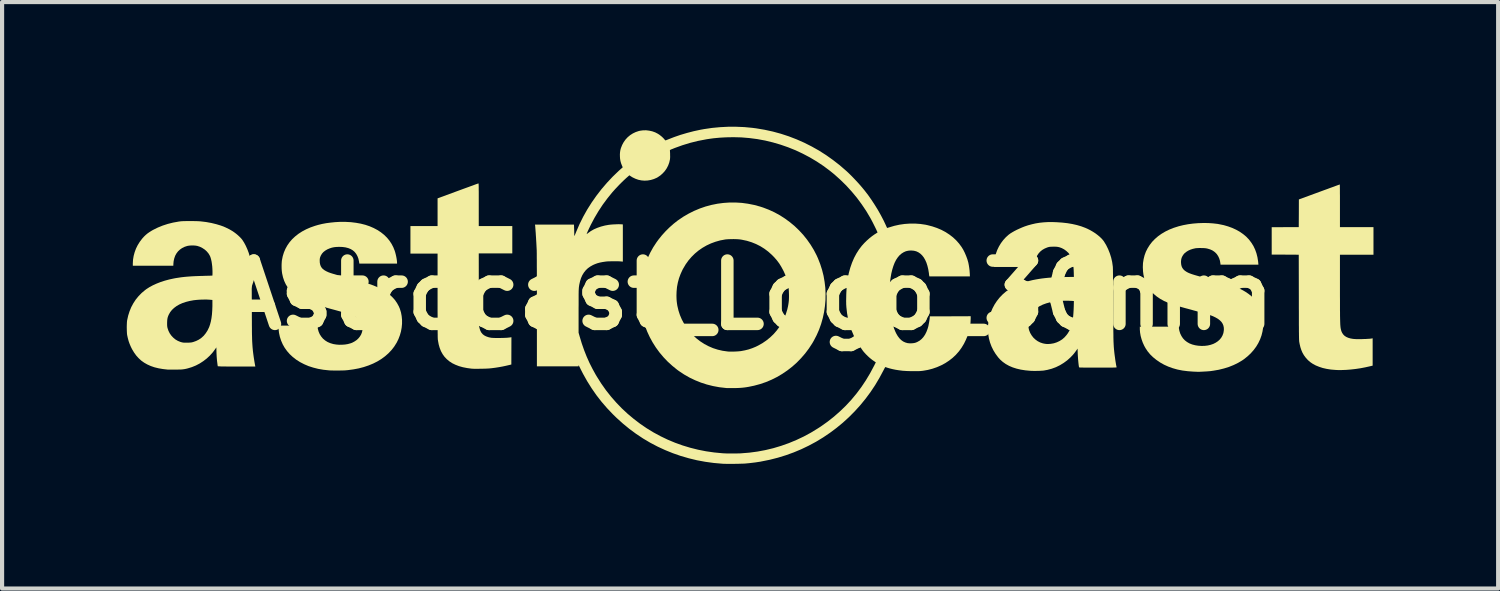
<source format=kicad_pcb>
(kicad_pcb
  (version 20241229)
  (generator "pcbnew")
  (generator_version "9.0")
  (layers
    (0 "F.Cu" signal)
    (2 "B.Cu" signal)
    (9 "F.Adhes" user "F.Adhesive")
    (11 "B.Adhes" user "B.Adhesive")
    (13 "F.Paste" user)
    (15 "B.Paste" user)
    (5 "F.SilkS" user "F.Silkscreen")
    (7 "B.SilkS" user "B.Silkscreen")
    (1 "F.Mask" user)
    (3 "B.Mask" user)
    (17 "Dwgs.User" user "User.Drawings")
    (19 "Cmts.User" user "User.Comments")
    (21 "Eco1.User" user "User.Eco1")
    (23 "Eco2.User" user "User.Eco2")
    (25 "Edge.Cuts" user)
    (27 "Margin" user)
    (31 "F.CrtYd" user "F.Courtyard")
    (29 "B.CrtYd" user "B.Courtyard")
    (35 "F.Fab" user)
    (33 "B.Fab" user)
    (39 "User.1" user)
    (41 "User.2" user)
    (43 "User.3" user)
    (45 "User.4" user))
  (footprint "Astrocast_Logo_30mm"
    (layer "F.Cu")
    (at 14.996 4.054)
    (property "Reference" "Astrocast_Logo_30mm" (at 0 0 0) (layer "F.SilkS") (effects (font (size 1.524 1.524) (thickness 0.3))))
    (attr board_only exclude_from_pos_files exclude_from_bom)
    (fp_poly (pts (xy -6.534 -2.69) (xy -6.533 -2.689) (xy -6.531 -2.686) (xy -6.53 -2.682) (xy -6.53 -2.674) (xy -6.529 -2.663) (xy -6.528 -2.648) (xy -6.528 -2.628) (xy -6.527 -2.604) (xy -6.527 -2.573) (xy -6.527 -2.537) (xy -6.526 -2.493) (xy -6.526 -2.442) (xy -6.526 -2.383) (xy -6.526 -2.316) (xy -6.526 -2.239) (xy -6.526 -2.178) (xy -6.526 -1.665) (xy -5.719 -1.665) (xy -5.719 -1.006) (xy -6.526 -1.006) (xy -6.525 -0.147) (xy -6.525 -0.031) (xy -6.524 0.075) (xy -6.524 0.172) (xy -6.524 0.259) (xy -6.523 0.338) (xy -6.523 0.409) (xy -6.523 0.471) (xy -6.522 0.527) (xy -6.522 0.575) (xy -6.521 0.616) (xy -6.521 0.652) (xy -6.52 0.681) (xy -6.519 0.705) (xy -6.519 0.723) (xy -6.518 0.737) (xy -6.517 0.747) (xy -6.517 0.75) (xy -6.503 0.809) (xy -6.486 0.859) (xy -6.462 0.902) (xy -6.432 0.937) (xy -6.395 0.966) (xy -6.351 0.989) (xy -6.298 1.008) (xy -6.261 1.017) (xy -6.244 1.02) (xy -6.229 1.023) (xy -6.213 1.025) (xy -6.196 1.026) (xy -6.175 1.027) (xy -6.148 1.028) (xy -6.116 1.029) (xy -6.075 1.029) (xy -6.054 1.029) (xy -5.975 1.028) (xy -5.906 1.026) (xy -5.845 1.023) (xy -5.794 1.018) (xy -5.756 1.013) (xy -5.74 1.01) (xy -5.742 1.667) (xy -5.788 1.678) (xy -5.865 1.696) (xy -5.948 1.714) (xy -6.036 1.73) (xy -6.124 1.744) (xy -6.209 1.755) (xy -6.248 1.759) (xy -6.276 1.762) (xy -6.311 1.764) (xy -6.353 1.766) (xy -6.398 1.767) (xy -6.446 1.769) (xy -6.495 1.769) (xy -6.543 1.77) (xy -6.588 1.77) (xy -6.628 1.77) (xy -6.663 1.769) (xy -6.689 1.767) (xy -6.697 1.767) (xy -6.807 1.752) (xy -6.909 1.732) (xy -7.002 1.706) (xy -7.087 1.673) (xy -7.165 1.635) (xy -7.234 1.59) (xy -7.296 1.538) (xy -7.35 1.481) (xy -7.396 1.417) (xy -7.435 1.346) (xy -7.466 1.268) (xy -7.49 1.184) (xy -7.507 1.093) (xy -7.512 1.056) (xy -7.512 1.044) (xy -7.513 1.022) (xy -7.514 0.989) (xy -7.514 0.947) (xy -7.515 0.895) (xy -7.515 0.833) (xy -7.516 0.762) (xy -7.516 0.68) (xy -7.516 0.59) (xy -7.516 0.49) (xy -7.517 0.38) (xy -7.517 0.261) (xy -7.517 0.133) (xy -7.517 0.003) (xy -7.517 -1.001) (xy -8.17 -1.001) (xy -8.17 -1.665) (xy -7.517 -1.665) (xy -7.517 -2.331) (xy -7.031 -2.51) (xy -6.963 -2.535) (xy -6.898 -2.559) (xy -6.837 -2.581) (xy -6.779 -2.602) (xy -6.725 -2.622) (xy -6.677 -2.639) (xy -6.635 -2.655) (xy -6.6 -2.668) (xy -6.571 -2.678) (xy -6.551 -2.685) (xy -6.539 -2.689) (xy -6.535 -2.69)) (stroke (width 0) (type solid)) (fill yes) (layer "F.SilkS"))
    (fp_poly (pts (xy 14.193 -2.66) (xy 14.193 -2.646) (xy 14.194 -2.623) (xy 14.194 -2.591) (xy 14.195 -2.552) (xy 14.195 -2.506) (xy 14.195 -2.454) (xy 14.196 -2.397) (xy 14.196 -2.335) (xy 14.196 -2.269) (xy 14.196 -2.199) (xy 14.196 -2.152) (xy 14.196 -1.639) (xy 15.003 -1.639) (xy 15.003 -0.975) (xy 14.196 -0.975) (xy 14.196 -0.195) (xy 14.196 -0.08) (xy 14.196 0.025) (xy 14.197 0.121) (xy 14.197 0.209) (xy 14.197 0.288) (xy 14.197 0.359) (xy 14.198 0.423) (xy 14.198 0.481) (xy 14.199 0.532) (xy 14.2 0.577) (xy 14.201 0.616) (xy 14.202 0.651) (xy 14.203 0.681) (xy 14.204 0.708) (xy 14.206 0.731) (xy 14.208 0.751) (xy 14.209 0.768) (xy 14.212 0.784) (xy 14.214 0.798) (xy 14.216 0.811) (xy 14.23 0.863) (xy 14.25 0.907) (xy 14.276 0.945) (xy 14.308 0.977) (xy 14.348 1.003) (xy 14.395 1.024) (xy 14.45 1.04) (xy 14.514 1.051) (xy 14.528 1.052) (xy 14.554 1.054) (xy 14.588 1.056) (xy 14.628 1.056) (xy 14.672 1.056) (xy 14.719 1.056) (xy 14.766 1.054) (xy 14.813 1.053) (xy 14.857 1.05) (xy 14.897 1.048) (xy 14.931 1.045) (xy 14.958 1.041) (xy 14.971 1.039) (xy 14.983 1.036) (xy 14.983 1.694) (xy 14.916 1.71) (xy 14.804 1.735) (xy 14.689 1.757) (xy 14.574 1.774) (xy 14.46 1.787) (xy 14.348 1.796) (xy 14.241 1.8) (xy 14.14 1.8) (xy 14.083 1.797) (xy 13.976 1.788) (xy 13.876 1.772) (xy 13.783 1.751) (xy 13.697 1.723) (xy 13.616 1.69) (xy 13.606 1.685) (xy 13.54 1.649) (xy 13.481 1.609) (xy 13.427 1.562) (xy 13.411 1.545) (xy 13.366 1.494) (xy 13.327 1.44) (xy 13.294 1.382) (xy 13.267 1.319) (xy 13.244 1.249) (xy 13.226 1.172) (xy 13.217 1.123) (xy 13.216 1.116) (xy 13.215 1.108) (xy 13.214 1.099) (xy 13.214 1.088) (xy 13.213 1.074) (xy 13.212 1.058) (xy 13.212 1.038) (xy 13.211 1.015) (xy 13.211 0.988) (xy 13.21 0.957) (xy 13.21 0.92) (xy 13.209 0.878) (xy 13.209 0.831) (xy 13.209 0.777) (xy 13.208 0.716) (xy 13.208 0.649) (xy 13.208 0.574) (xy 13.208 0.491) (xy 13.208 0.399) (xy 13.207 0.299) (xy 13.207 0.189) (xy 13.207 0.07) (xy 13.207 0.047) (xy 13.205 -0.975) (xy 12.88 -0.977) (xy 12.554 -0.978) (xy 12.554 -1.637) (xy 12.88 -1.638) (xy 13.205 -1.639) (xy 13.207 -1.972) (xy 13.208 -2.305) (xy 13.698 -2.485) (xy 13.766 -2.51) (xy 13.831 -2.534) (xy 13.893 -2.556) (xy 13.951 -2.578) (xy 14.004 -2.597) (xy 14.052 -2.614) (xy 14.093 -2.63) (xy 14.129 -2.643) (xy 14.157 -2.653) (xy 14.177 -2.66) (xy 14.189 -2.664) (xy 14.192 -2.665)) (stroke (width 0) (type solid)) (fill yes) (layer "F.SilkS"))
    (fp_poly (pts (xy -0.196 -2.222) (xy -0.049 -2.202) (xy 0.097 -2.173) (xy 0.242 -2.134) (xy 0.319 -2.109) (xy 0.457 -2.056) (xy 0.591 -1.994) (xy 0.721 -1.923) (xy 0.845 -1.843) (xy 0.963 -1.756) (xy 1.076 -1.662) (xy 1.182 -1.56) (xy 1.282 -1.452) (xy 1.374 -1.337) (xy 1.459 -1.216) (xy 1.536 -1.09) (xy 1.604 -0.959) (xy 1.636 -0.888) (xy 1.69 -0.75) (xy 1.735 -0.609) (xy 1.771 -0.466) (xy 1.796 -0.321) (xy 1.813 -0.176) (xy 1.819 -0.03) (xy 1.817 0.116) (xy 1.804 0.262) (xy 1.783 0.406) (xy 1.752 0.549) (xy 1.712 0.69) (xy 1.663 0.828) (xy 1.604 0.962) (xy 1.536 1.093) (xy 1.501 1.154) (xy 1.418 1.281) (xy 1.328 1.401) (xy 1.23 1.514) (xy 1.127 1.62) (xy 1.016 1.719) (xy 0.9 1.809) (xy 0.778 1.892) (xy 0.651 1.967) (xy 0.519 2.033) (xy 0.383 2.09) (xy 0.242 2.138) (xy 0.098 2.177) (xy -0.028 2.203) (xy -0.081 2.212) (xy -0.129 2.219) (xy -0.174 2.224) (xy -0.22 2.228) (xy -0.269 2.231) (xy -0.323 2.233) (xy -0.385 2.234) (xy -0.386 2.234) (xy -0.427 2.234) (xy -0.467 2.234) (xy -0.505 2.234) (xy -0.538 2.233) (xy -0.566 2.233) (xy -0.585 2.231) (xy -0.585 2.231) (xy -0.74 2.213) (xy -0.891 2.185) (xy -1.038 2.148) (xy -1.18 2.102) (xy -1.319 2.046) (xy -1.453 1.982) (xy -1.583 1.908) (xy -1.708 1.825) (xy -1.752 1.793) (xy -1.869 1.698) (xy -1.98 1.597) (xy -2.082 1.49) (xy -2.177 1.377) (xy -2.264 1.258) (xy -2.342 1.135) (xy -2.412 1.007) (xy -2.473 0.875) (xy -2.525 0.739) (xy -2.568 0.6) (xy -2.603 0.457) (xy -2.628 0.313) (xy -2.643 0.166) (xy -2.649 0.018) (xy -2.649 0.003) (xy -1.769 0.003) (xy -1.768 0.058) (xy -1.766 0.108) (xy -1.762 0.154) (xy -1.756 0.2) (xy -1.748 0.25) (xy -1.746 0.26) (xy -1.72 0.37) (xy -1.685 0.477) (xy -1.641 0.581) (xy -1.587 0.682) (xy -1.526 0.779) (xy -1.456 0.869) (xy -1.38 0.954) (xy -1.376 0.957) (xy -1.289 1.038) (xy -1.196 1.11) (xy -1.098 1.173) (xy -0.996 1.227) (xy -0.889 1.273) (xy -0.777 1.309) (xy -0.661 1.336) (xy -0.541 1.353) (xy -0.521 1.355) (xy -0.496 1.357) (xy -0.464 1.357) (xy -0.426 1.357) (xy -0.385 1.356) (xy -0.343 1.354) (xy -0.302 1.352) (xy -0.264 1.349) (xy -0.233 1.346) (xy -0.217 1.344) (xy -0.122 1.326) (xy -0.033 1.304) (xy 0.053 1.275) (xy 0.138 1.24) (xy 0.199 1.21) (xy 0.3 1.153) (xy 0.395 1.088) (xy 0.484 1.016) (xy 0.567 0.937) (xy 0.642 0.851) (xy 0.71 0.759) (xy 0.769 0.663) (xy 0.821 0.561) (xy 0.863 0.455) (xy 0.897 0.345) (xy 0.914 0.272) (xy 0.924 0.218) (xy 0.931 0.169) (xy 0.936 0.121) (xy 0.938 0.072) (xy 0.939 0.018) (xy 0.938 -0.035) (xy 0.936 -0.091) (xy 0.933 -0.14) (xy 0.929 -0.184) (xy 0.922 -0.227) (xy 0.913 -0.272) (xy 0.902 -0.321) (xy 0.901 -0.327) (xy 0.884 -0.388) (xy 0.866 -0.445) (xy 0.845 -0.501) (xy 0.819 -0.559) (xy 0.802 -0.595) (xy 0.755 -0.682) (xy 0.705 -0.763) (xy 0.649 -0.838) (xy 0.586 -0.911) (xy 0.528 -0.97) (xy 0.44 -1.049) (xy 0.347 -1.119) (xy 0.249 -1.18) (xy 0.146 -1.232) (xy 0.039 -1.275) (xy -0.074 -1.31) (xy -0.192 -1.335) (xy -0.228 -1.341) (xy -0.261 -1.345) (xy -0.301 -1.348) (xy -0.347 -1.35) (xy -0.396 -1.351) (xy -0.446 -1.35) (xy -0.495 -1.349) (xy -0.539 -1.347) (xy -0.578 -1.344) (xy -0.6 -1.341) (xy -0.717 -1.319) (xy -0.83 -1.287) (xy -0.939 -1.247) (xy -1.044 -1.198) (xy -1.143 -1.141) (xy -1.237 -1.076) (xy -1.325 -1.003) (xy -1.406 -0.923) (xy -1.481 -0.836) (xy -1.548 -0.742) (xy -1.607 -0.642) (xy -1.623 -0.613) (xy -1.67 -0.51) (xy -1.708 -0.407) (xy -1.736 -0.303) (xy -1.756 -0.197) (xy -1.766 -0.087) (xy -1.769 0.003) (xy -2.649 0.003) (xy -2.645 -0.131) (xy -2.631 -0.282) (xy -2.625 -0.329) (xy -2.599 -0.473) (xy -2.563 -0.615) (xy -2.517 -0.755) (xy -2.463 -0.891) (xy -2.4 -1.024) (xy -2.329 -1.152) (xy -2.249 -1.274) (xy -2.201 -1.34) (xy -2.119 -1.442) (xy -2.031 -1.539) (xy -1.937 -1.632) (xy -1.84 -1.718) (xy -1.741 -1.796) (xy -1.731 -1.803) (xy -1.606 -1.888) (xy -1.477 -1.963) (xy -1.343 -2.03) (xy -1.207 -2.087) (xy -1.068 -2.135) (xy -0.926 -2.173) (xy -0.782 -2.202) (xy -0.637 -2.221) (xy -0.49 -2.231) (xy -0.343 -2.231)) (stroke (width 0) (type solid)) (fill yes) (layer "F.SilkS"))
    (fp_poly (pts (xy -9.731 -1.765) (xy -9.602 -1.758) (xy -9.48 -1.743) (xy -9.364 -1.722) (xy -9.254 -1.694) (xy -9.151 -1.659) (xy -9.054 -1.617) (xy -8.964 -1.569) (xy -8.881 -1.515) (xy -8.806 -1.455) (xy -8.738 -1.389) (xy -8.678 -1.317) (xy -8.626 -1.239) (xy -8.582 -1.155) (xy -8.549 -1.072) (xy -8.536 -1.03) (xy -8.524 -0.984) (xy -8.513 -0.936) (xy -8.504 -0.888) (xy -8.497 -0.843) (xy -8.493 -0.803) (xy -8.492 -0.778) (xy -8.492 -0.761) (xy -9.399 -0.761) (xy -9.408 -0.816) (xy -9.423 -0.883) (xy -9.446 -0.942) (xy -9.475 -0.995) (xy -9.511 -1.04) (xy -9.555 -1.079) (xy -9.606 -1.11) (xy -9.665 -1.134) (xy -9.73 -1.151) (xy -9.803 -1.161) (xy -9.88 -1.164) (xy -9.947 -1.162) (xy -10.006 -1.156) (xy -10.06 -1.145) (xy -10.112 -1.128) (xy -10.164 -1.106) (xy -10.165 -1.106) (xy -10.218 -1.075) (xy -10.263 -1.04) (xy -10.299 -1) (xy -10.326 -0.955) (xy -10.341 -0.919) (xy -10.347 -0.899) (xy -10.351 -0.878) (xy -10.353 -0.853) (xy -10.353 -0.832) (xy -10.351 -0.783) (xy -10.342 -0.738) (xy -10.328 -0.699) (xy -10.307 -0.664) (xy -10.279 -0.632) (xy -10.242 -0.604) (xy -10.197 -0.578) (xy -10.143 -0.553) (xy -10.08 -0.53) (xy -10.075 -0.529) (xy -10.059 -0.524) (xy -10.034 -0.516) (xy -10.001 -0.507) (xy -9.961 -0.495) (xy -9.915 -0.482) (xy -9.864 -0.468) (xy -9.808 -0.452) (xy -9.749 -0.436) (xy -9.688 -0.419) (xy -9.626 -0.402) (xy -9.623 -0.401) (xy -9.544 -0.379) (xy -9.475 -0.36) (xy -9.413 -0.343) (xy -9.359 -0.328) (xy -9.312 -0.315) (xy -9.272 -0.303) (xy -9.236 -0.293) (xy -9.205 -0.284) (xy -9.178 -0.276) (xy -9.155 -0.268) (xy -9.133 -0.262) (xy -9.114 -0.255) (xy -9.095 -0.248) (xy -9.077 -0.241) (xy -9.058 -0.234) (xy -9.044 -0.228) (xy -8.938 -0.183) (xy -8.841 -0.133) (xy -8.753 -0.078) (xy -8.674 -0.018) (xy -8.605 0.046) (xy -8.544 0.114) (xy -8.493 0.188) (xy -8.45 0.266) (xy -8.424 0.327) (xy -8.398 0.412) (xy -8.381 0.501) (xy -8.372 0.592) (xy -8.372 0.686) (xy -8.381 0.779) (xy -8.398 0.873) (xy -8.424 0.964) (xy -8.458 1.053) (xy -8.5 1.139) (xy -8.506 1.149) (xy -8.562 1.238) (xy -8.627 1.321) (xy -8.7 1.398) (xy -8.781 1.469) (xy -8.869 1.534) (xy -8.964 1.592) (xy -9.067 1.644) (xy -9.176 1.689) (xy -9.292 1.728) (xy -9.414 1.76) (xy -9.542 1.784) (xy -9.676 1.802) (xy -9.743 1.808) (xy -9.772 1.809) (xy -9.809 1.811) (xy -9.852 1.811) (xy -9.899 1.812) (xy -9.947 1.812) (xy -9.994 1.812) (xy -10.04 1.811) (xy -10.08 1.81) (xy -10.114 1.809) (xy -10.134 1.807) (xy -10.266 1.793) (xy -10.392 1.771) (xy -10.51 1.741) (xy -10.622 1.705) (xy -10.727 1.66) (xy -10.826 1.609) (xy -10.919 1.55) (xy -11 1.487) (xy -11.073 1.419) (xy -11.138 1.345) (xy -11.195 1.266) (xy -11.243 1.182) (xy -11.282 1.092) (xy -11.312 0.999) (xy -11.333 0.902) (xy -11.344 0.801) (xy -11.345 0.792) (xy -11.348 0.73) (xy -10.407 0.73) (xy -10.407 0.747) (xy -10.406 0.759) (xy -10.403 0.778) (xy -10.399 0.801) (xy -10.398 0.809) (xy -10.379 0.877) (xy -10.352 0.939) (xy -10.316 0.995) (xy -10.274 1.045) (xy -10.223 1.088) (xy -10.166 1.124) (xy -10.102 1.152) (xy -10.032 1.173) (xy -10.024 1.175) (xy -9.957 1.186) (xy -9.886 1.192) (xy -9.814 1.191) (xy -9.744 1.186) (xy -9.677 1.175) (xy -9.615 1.158) (xy -9.575 1.144) (xy -9.518 1.114) (xy -9.466 1.079) (xy -9.422 1.038) (xy -9.385 0.992) (xy -9.356 0.943) (xy -9.336 0.89) (xy -9.324 0.836) (xy -9.321 0.78) (xy -9.324 0.749) (xy -9.334 0.704) (xy -9.349 0.663) (xy -9.372 0.625) (xy -9.402 0.59) (xy -9.44 0.558) (xy -9.486 0.527) (xy -9.541 0.498) (xy -9.605 0.47) (xy -9.668 0.447) (xy -9.684 0.442) (xy -9.709 0.434) (xy -9.742 0.424) (xy -9.782 0.413) (xy -9.828 0.4) (xy -9.878 0.385) (xy -9.933 0.37) (xy -9.991 0.354) (xy -10.05 0.338) (xy -10.091 0.327) (xy -10.173 0.304) (xy -10.246 0.284) (xy -10.311 0.266) (xy -10.368 0.25) (xy -10.418 0.236) (xy -10.462 0.223) (xy -10.501 0.211) (xy -10.536 0.201) (xy -10.566 0.191) (xy -10.594 0.181) (xy -10.62 0.172) (xy -10.644 0.163) (xy -10.667 0.153) (xy -10.668 0.153) (xy -10.766 0.108) (xy -10.855 0.059) (xy -10.936 0.005) (xy -11.007 -0.055) (xy -11.07 -0.119) (xy -11.124 -0.189) (xy -11.17 -0.264) (xy -11.207 -0.344) (xy -11.236 -0.43) (xy -11.257 -0.522) (xy -11.262 -0.557) (xy -11.266 -0.594) (xy -11.269 -0.637) (xy -11.27 -0.684) (xy -11.27 -0.732) (xy -11.268 -0.778) (xy -11.265 -0.819) (xy -11.262 -0.842) (xy -11.243 -0.938) (xy -11.215 -1.029) (xy -11.178 -1.116) (xy -11.132 -1.199) (xy -11.078 -1.276) (xy -11.015 -1.349) (xy -10.943 -1.416) (xy -10.864 -1.478) (xy -10.776 -1.535) (xy -10.68 -1.586) (xy -10.577 -1.631) (xy -10.466 -1.67) (xy -10.391 -1.692) (xy -10.297 -1.715) (xy -10.196 -1.734) (xy -10.089 -1.748) (xy -9.981 -1.759) (xy -9.871 -1.765) (xy -9.764 -1.766)) (stroke (width 0) (type solid)) (fill yes) (layer "F.SilkS"))
    (fp_poly (pts (xy 11.025 -1.737) (xy 11.142 -1.729) (xy 11.254 -1.716) (xy 11.285 -1.71) (xy 11.398 -1.687) (xy 11.505 -1.656) (xy 11.606 -1.619) (xy 11.701 -1.575) (xy 11.788 -1.526) (xy 11.868 -1.47) (xy 11.941 -1.409) (xy 12.005 -1.342) (xy 12.009 -1.337) (xy 12.066 -1.262) (xy 12.115 -1.183) (xy 12.155 -1.099) (xy 12.187 -1.009) (xy 12.211 -0.914) (xy 12.227 -0.813) (xy 12.232 -0.762) (xy 12.234 -0.735) (xy 11.323 -0.735) (xy 11.319 -0.768) (xy 11.309 -0.829) (xy 11.291 -0.887) (xy 11.266 -0.94) (xy 11.235 -0.987) (xy 11.212 -1.013) (xy 11.17 -1.05) (xy 11.124 -1.08) (xy 11.072 -1.103) (xy 11.013 -1.121) (xy 10.986 -1.127) (xy 10.959 -1.131) (xy 10.925 -1.134) (xy 10.886 -1.135) (xy 10.844 -1.136) (xy 10.803 -1.136) (xy 10.765 -1.134) (xy 10.732 -1.132) (xy 10.714 -1.129) (xy 10.653 -1.115) (xy 10.596 -1.096) (xy 10.544 -1.072) (xy 10.498 -1.043) (xy 10.459 -1.012) (xy 10.434 -0.984) (xy 10.406 -0.942) (xy 10.386 -0.899) (xy 10.375 -0.853) (xy 10.371 -0.802) (xy 10.371 -0.799) (xy 10.375 -0.746) (xy 10.385 -0.7) (xy 10.403 -0.659) (xy 10.429 -0.623) (xy 10.464 -0.59) (xy 10.508 -0.561) (xy 10.542 -0.543) (xy 10.556 -0.537) (xy 10.57 -0.531) (xy 10.584 -0.525) (xy 10.601 -0.519) (xy 10.619 -0.512) (xy 10.64 -0.505) (xy 10.665 -0.497) (xy 10.694 -0.488) (xy 10.728 -0.478) (xy 10.767 -0.467) (xy 10.813 -0.454) (xy 10.866 -0.439) (xy 10.926 -0.422) (xy 10.994 -0.403) (xy 11.072 -0.382) (xy 11.104 -0.373) (xy 11.19 -0.349) (xy 11.267 -0.328) (xy 11.336 -0.309) (xy 11.397 -0.292) (xy 11.451 -0.276) (xy 11.499 -0.262) (xy 11.541 -0.249) (xy 11.578 -0.237) (xy 11.612 -0.227) (xy 11.642 -0.216) (xy 11.669 -0.206) (xy 11.695 -0.196) (xy 11.719 -0.186) (xy 11.743 -0.176) (xy 11.832 -0.134) (xy 11.915 -0.087) (xy 11.993 -0.035) (xy 12.063 0.02) (xy 12.126 0.078) (xy 12.18 0.139) (xy 12.201 0.167) (xy 12.249 0.243) (xy 12.288 0.324) (xy 12.318 0.409) (xy 12.338 0.499) (xy 12.35 0.593) (xy 12.353 0.669) (xy 12.348 0.771) (xy 12.333 0.87) (xy 12.309 0.967) (xy 12.275 1.061) (xy 12.232 1.151) (xy 12.18 1.238) (xy 12.119 1.32) (xy 12.05 1.398) (xy 11.973 1.47) (xy 11.888 1.538) (xy 11.84 1.571) (xy 11.742 1.629) (xy 11.637 1.68) (xy 11.525 1.725) (xy 11.406 1.762) (xy 11.281 1.793) (xy 11.149 1.816) (xy 11.078 1.826) (xy 11.056 1.828) (xy 11.027 1.83) (xy 10.993 1.833) (xy 10.956 1.835) (xy 10.917 1.837) (xy 10.88 1.839) (xy 10.845 1.841) (xy 10.814 1.842) (xy 10.79 1.843) (xy 10.773 1.843) (xy 10.772 1.843) (xy 10.762 1.842) (xy 10.744 1.841) (xy 10.72 1.84) (xy 10.691 1.839) (xy 10.67 1.838) (xy 10.535 1.828) (xy 10.408 1.812) (xy 10.287 1.788) (xy 10.173 1.756) (xy 10.065 1.717) (xy 9.964 1.671) (xy 9.868 1.617) (xy 9.778 1.555) (xy 9.699 1.491) (xy 9.631 1.425) (xy 9.571 1.353) (xy 9.518 1.274) (xy 9.486 1.216) (xy 9.451 1.139) (xy 9.423 1.06) (xy 9.401 0.98) (xy 9.387 0.9) (xy 9.381 0.824) (xy 9.381 0.808) (xy 9.381 0.756) (xy 10.315 0.756) (xy 10.318 0.78) (xy 10.332 0.854) (xy 10.353 0.922) (xy 10.383 0.983) (xy 10.419 1.037) (xy 10.464 1.085) (xy 10.516 1.125) (xy 10.575 1.159) (xy 10.641 1.185) (xy 10.715 1.204) (xy 10.786 1.215) (xy 10.867 1.22) (xy 10.944 1.218) (xy 11.017 1.209) (xy 11.085 1.193) (xy 11.149 1.171) (xy 11.206 1.142) (xy 11.257 1.108) (xy 11.302 1.068) (xy 11.339 1.023) (xy 11.368 0.973) (xy 11.389 0.918) (xy 11.395 0.892) (xy 11.403 0.835) (xy 11.402 0.782) (xy 11.392 0.732) (xy 11.374 0.687) (xy 11.346 0.644) (xy 11.308 0.605) (xy 11.262 0.569) (xy 11.205 0.536) (xy 11.154 0.511) (xy 11.136 0.503) (xy 11.117 0.496) (xy 11.097 0.488) (xy 11.075 0.48) (xy 11.05 0.472) (xy 11.021 0.463) (xy 10.989 0.453) (xy 10.951 0.442) (xy 10.907 0.429) (xy 10.857 0.415) (xy 10.8 0.399) (xy 10.734 0.381) (xy 10.66 0.361) (xy 10.622 0.35) (xy 10.541 0.328) (xy 10.469 0.309) (xy 10.405 0.291) (xy 10.349 0.275) (xy 10.3 0.261) (xy 10.257 0.249) (xy 10.219 0.237) (xy 10.186 0.227) (xy 10.156 0.217) (xy 10.129 0.208) (xy 10.105 0.199) (xy 10.082 0.19) (xy 10.059 0.181) (xy 10.059 0.181) (xy 9.961 0.137) (xy 9.871 0.087) (xy 9.79 0.032) (xy 9.718 -0.028) (xy 9.654 -0.094) (xy 9.6 -0.164) (xy 9.554 -0.24) (xy 9.516 -0.321) (xy 9.487 -0.408) (xy 9.467 -0.5) (xy 9.458 -0.574) (xy 9.453 -0.676) (xy 9.457 -0.774) (xy 9.472 -0.869) (xy 9.495 -0.961) (xy 9.527 -1.048) (xy 9.569 -1.131) (xy 9.619 -1.21) (xy 9.677 -1.285) (xy 9.744 -1.354) (xy 9.819 -1.419) (xy 9.902 -1.478) (xy 9.993 -1.532) (xy 10.091 -1.58) (xy 10.197 -1.622) (xy 10.311 -1.658) (xy 10.313 -1.659) (xy 10.423 -1.686) (xy 10.539 -1.708) (xy 10.659 -1.724) (xy 10.781 -1.734) (xy 10.904 -1.738)) (stroke (width 0) (type solid)) (fill yes) (layer "F.SilkS"))
    (fp_poly (pts (xy 7.379 -1.757) (xy 7.512 -1.748) (xy 7.637 -1.734) (xy 7.755 -1.714) (xy 7.866 -1.689) (xy 7.971 -1.658) (xy 8.07 -1.621) (xy 8.12 -1.599) (xy 8.186 -1.566) (xy 8.25 -1.529) (xy 8.312 -1.489) (xy 8.369 -1.446) (xy 8.421 -1.402) (xy 8.466 -1.358) (xy 8.503 -1.314) (xy 8.517 -1.295) (xy 8.571 -1.206) (xy 8.618 -1.11) (xy 8.658 -1.01) (xy 8.691 -0.906) (xy 8.715 -0.801) (xy 8.73 -0.695) (xy 8.732 -0.674) (xy 8.732 -0.661) (xy 8.733 -0.638) (xy 8.734 -0.606) (xy 8.734 -0.565) (xy 8.735 -0.516) (xy 8.736 -0.459) (xy 8.736 -0.395) (xy 8.737 -0.324) (xy 8.737 -0.246) (xy 8.738 -0.163) (xy 8.738 -0.074) (xy 8.739 0.02) (xy 8.739 0.118) (xy 8.74 0.217) (xy 8.74 0.333) (xy 8.741 0.439) (xy 8.741 0.536) (xy 8.742 0.625) (xy 8.742 0.706) (xy 8.743 0.779) (xy 8.743 0.845) (xy 8.744 0.904) (xy 8.745 0.958) (xy 8.745 1.006) (xy 8.746 1.049) (xy 8.747 1.089) (xy 8.748 1.124) (xy 8.75 1.156) (xy 8.751 1.185) (xy 8.753 1.213) (xy 8.754 1.239) (xy 8.756 1.263) (xy 8.758 1.287) (xy 8.76 1.311) (xy 8.761 1.315) (xy 8.765 1.357) (xy 8.77 1.402) (xy 8.776 1.45) (xy 8.783 1.498) (xy 8.789 1.546) (xy 8.796 1.592) (xy 8.803 1.634) (xy 8.809 1.671) (xy 8.815 1.701) (xy 8.82 1.724) (xy 8.822 1.732) (xy 8.822 1.734) (xy 8.821 1.735) (xy 8.818 1.736) (xy 8.812 1.738) (xy 8.803 1.738) (xy 8.791 1.739) (xy 8.774 1.74) (xy 8.752 1.74) (xy 8.724 1.741) (xy 8.691 1.741) (xy 8.65 1.741) (xy 8.602 1.741) (xy 8.546 1.741) (xy 8.481 1.741) (xy 8.406 1.741) (xy 8.373 1.741) (xy 8.295 1.741) (xy 8.226 1.741) (xy 8.166 1.741) (xy 8.114 1.741) (xy 8.071 1.741) (xy 8.034 1.741) (xy 8.004 1.74) (xy 7.979 1.74) (xy 7.96 1.739) (xy 7.945 1.739) (xy 7.935 1.738) (xy 7.927 1.737) (xy 7.922 1.736) (xy 7.92 1.734) (xy 7.919 1.733) (xy 7.918 1.732) (xy 7.915 1.716) (xy 7.911 1.692) (xy 7.907 1.66) (xy 7.903 1.623) (xy 7.899 1.581) (xy 7.895 1.538) (xy 7.892 1.493) (xy 7.889 1.449) (xy 7.887 1.407) (xy 7.886 1.384) (xy 7.883 1.284) (xy 7.855 1.325) (xy 7.824 1.368) (xy 7.794 1.407) (xy 7.761 1.445) (xy 7.722 1.485) (xy 7.714 1.494) (xy 7.634 1.566) (xy 7.548 1.629) (xy 7.458 1.684) (xy 7.362 1.731) (xy 7.262 1.768) (xy 7.157 1.796) (xy 7.08 1.81) (xy 7.052 1.814) (xy 7.015 1.816) (xy 6.973 1.819) (xy 6.926 1.82) (xy 6.878 1.821) (xy 6.83 1.821) (xy 6.784 1.82) (xy 6.743 1.818) (xy 6.626 1.807) (xy 6.517 1.79) (xy 6.415 1.766) (xy 6.321 1.736) (xy 6.234 1.699) (xy 6.155 1.655) (xy 6.083 1.604) (xy 6.019 1.547) (xy 5.974 1.497) (xy 5.911 1.413) (xy 5.857 1.325) (xy 5.812 1.233) (xy 5.776 1.137) (xy 5.75 1.039) (xy 5.733 0.938) (xy 5.726 0.835) (xy 5.728 0.73) (xy 5.734 0.678) (xy 6.7 0.678) (xy 6.701 0.723) (xy 6.702 0.756) (xy 6.704 0.781) (xy 6.707 0.801) (xy 6.711 0.82) (xy 6.716 0.839) (xy 6.717 0.843) (xy 6.743 0.908) (xy 6.778 0.967) (xy 6.819 1.02) (xy 6.868 1.066) (xy 6.922 1.105) (xy 6.982 1.136) (xy 7.047 1.158) (xy 7.102 1.169) (xy 7.142 1.173) (xy 7.184 1.173) (xy 7.231 1.17) (xy 7.239 1.169) (xy 7.313 1.156) (xy 7.383 1.133) (xy 7.449 1.102) (xy 7.511 1.063) (xy 7.566 1.016) (xy 7.615 0.961) (xy 7.64 0.928) (xy 7.668 0.884) (xy 7.692 0.839) (xy 7.713 0.793) (xy 7.731 0.745) (xy 7.746 0.693) (xy 7.758 0.636) (xy 7.769 0.574) (xy 7.777 0.506) (xy 7.783 0.43) (xy 7.788 0.346) (xy 7.791 0.265) (xy 7.794 0.14) (xy 7.747 0.136) (xy 7.716 0.135) (xy 7.677 0.133) (xy 7.634 0.133) (xy 7.589 0.133) (xy 7.544 0.133) (xy 7.501 0.134) (xy 7.464 0.136) (xy 7.433 0.138) (xy 7.43 0.138) (xy 7.322 0.151) (xy 7.222 0.17) (xy 7.13 0.195) (xy 7.046 0.226) (xy 6.971 0.262) (xy 6.904 0.304) (xy 6.846 0.352) (xy 6.827 0.371) (xy 6.788 0.416) (xy 6.758 0.461) (xy 6.734 0.509) (xy 6.726 0.529) (xy 6.715 0.564) (xy 6.707 0.599) (xy 6.702 0.636) (xy 6.7 0.678) (xy 5.734 0.678) (xy 5.74 0.625) (xy 5.763 0.519) (xy 5.763 0.518) (xy 5.794 0.417) (xy 5.834 0.32) (xy 5.883 0.227) (xy 5.941 0.139) (xy 6.006 0.057) (xy 6.079 -0.019) (xy 6.159 -0.088) (xy 6.225 -0.136) (xy 6.302 -0.184) (xy 6.389 -0.228) (xy 6.483 -0.268) (xy 6.583 -0.305) (xy 6.69 -0.337) (xy 6.8 -0.364) (xy 6.881 -0.38) (xy 6.957 -0.393) (xy 7.032 -0.404) (xy 7.109 -0.413) (xy 7.189 -0.421) (xy 7.274 -0.427) (xy 7.363 -0.432) (xy 7.46 -0.435) (xy 7.566 -0.437) (xy 7.58 -0.438) (xy 7.794 -0.441) (xy 7.791 -0.556) (xy 7.788 -0.627) (xy 7.782 -0.694) (xy 7.774 -0.756) (xy 7.764 -0.812) (xy 7.752 -0.861) (xy 7.738 -0.902) (xy 7.731 -0.918) (xy 7.699 -0.972) (xy 7.659 -1.022) (xy 7.611 -1.066) (xy 7.559 -1.104) (xy 7.502 -1.134) (xy 7.478 -1.143) (xy 7.447 -1.154) (xy 7.417 -1.161) (xy 7.386 -1.166) (xy 7.351 -1.168) (xy 7.311 -1.169) (xy 7.284 -1.168) (xy 7.252 -1.167) (xy 7.228 -1.166) (xy 7.209 -1.164) (xy 7.193 -1.161) (xy 7.177 -1.157) (xy 7.158 -1.151) (xy 7.154 -1.15) (xy 7.09 -1.123) (xy 7.033 -1.09) (xy 6.984 -1.05) (xy 6.942 -1.003) (xy 6.908 -0.95) (xy 6.901 -0.937) (xy 6.881 -0.891) (xy 6.867 -0.846) (xy 6.859 -0.798) (xy 6.854 -0.746) (xy 6.85 -0.682) (xy 5.875 -0.682) (xy 5.873 -0.71) (xy 5.873 -0.734) (xy 5.875 -0.766) (xy 5.878 -0.803) (xy 5.883 -0.841) (xy 5.888 -0.879) (xy 5.894 -0.908) (xy 5.917 -0.998) (xy 5.949 -1.087) (xy 5.99 -1.172) (xy 6.039 -1.253) (xy 6.095 -1.328) (xy 6.158 -1.397) (xy 6.224 -1.456) (xy 6.263 -1.485) (xy 6.31 -1.514) (xy 6.364 -1.545) (xy 6.423 -1.575) (xy 6.486 -1.604) (xy 6.55 -1.632) (xy 6.614 -1.657) (xy 6.677 -1.678) (xy 6.692 -1.683) (xy 6.785 -1.708) (xy 6.877 -1.729) (xy 6.97 -1.744) (xy 7.065 -1.754) (xy 7.165 -1.76) (xy 7.27 -1.761)) (stroke (width 0) (type solid)) (fill yes) (layer "F.SilkS"))
    (fp_poly (pts (xy -13.427 -1.784) (xy -13.379 -1.784) (xy -13.333 -1.783) (xy -13.291 -1.782) (xy -13.255 -1.78) (xy -13.227 -1.778) (xy -13.223 -1.778) (xy -13.089 -1.762) (xy -12.962 -1.739) (xy -12.843 -1.71) (xy -12.73 -1.676) (xy -12.626 -1.635) (xy -12.529 -1.588) (xy -12.452 -1.543) (xy -12.41 -1.514) (xy -12.367 -1.482) (xy -12.326 -1.448) (xy -12.288 -1.413) (xy -12.254 -1.379) (xy -12.227 -1.348) (xy -12.217 -1.335) (xy -12.173 -1.267) (xy -12.132 -1.19) (xy -12.095 -1.108) (xy -12.062 -1.021) (xy -12.035 -0.933) (xy -12.029 -0.909) (xy -12.023 -0.885) (xy -12.018 -0.863) (xy -12.013 -0.843) (xy -12.009 -0.824) (xy -12.006 -0.804) (xy -12.003 -0.784) (xy -12 -0.763) (xy -11.998 -0.739) (xy -11.997 -0.712) (xy -11.995 -0.68) (xy -11.994 -0.644) (xy -11.993 -0.602) (xy -11.993 -0.554) (xy -11.992 -0.498) (xy -11.991 -0.435) (xy -11.99 -0.362) (xy -11.99 -0.317) (xy -11.989 -0.239) (xy -11.989 -0.153) (xy -11.988 -0.062) (xy -11.988 0.034) (xy -11.987 0.131) (xy -11.987 0.228) (xy -11.986 0.322) (xy -11.986 0.412) (xy -11.986 0.495) (xy -11.986 0.529) (xy -11.985 0.629) (xy -11.985 0.719) (xy -11.984 0.801) (xy -11.984 0.876) (xy -11.983 0.943) (xy -11.981 1.004) (xy -11.98 1.061) (xy -11.978 1.112) (xy -11.975 1.16) (xy -11.972 1.206) (xy -11.969 1.249) (xy -11.965 1.291) (xy -11.961 1.334) (xy -11.956 1.376) (xy -11.951 1.415) (xy -11.948 1.437) (xy -11.944 1.467) (xy -11.939 1.502) (xy -11.933 1.539) (xy -11.927 1.578) (xy -11.921 1.614) (xy -11.915 1.648) (xy -11.91 1.676) (xy -11.906 1.696) (xy -11.906 1.699) (xy -11.902 1.716) (xy -12.297 1.716) (xy -12.361 1.716) (xy -12.424 1.716) (xy -12.484 1.715) (xy -12.54 1.715) (xy -12.592 1.715) (xy -12.638 1.714) (xy -12.678 1.714) (xy -12.71 1.714) (xy -12.734 1.713) (xy -12.749 1.713) (xy -12.749 1.712) (xy -12.806 1.709) (xy -12.812 1.67) (xy -12.824 1.576) (xy -12.832 1.481) (xy -12.837 1.381) (xy -12.837 1.372) (xy -12.84 1.255) (xy -12.864 1.29) (xy -12.925 1.373) (xy -12.995 1.451) (xy -13.071 1.522) (xy -13.154 1.586) (xy -13.242 1.643) (xy -13.334 1.691) (xy -13.43 1.73) (xy -13.508 1.754) (xy -13.543 1.764) (xy -13.574 1.771) (xy -13.603 1.777) (xy -13.631 1.781) (xy -13.66 1.785) (xy -13.693 1.787) (xy -13.73 1.788) (xy -13.773 1.789) (xy -13.825 1.79) (xy -13.829 1.79) (xy -13.869 1.79) (xy -13.908 1.79) (xy -13.942 1.79) (xy -13.972 1.79) (xy -13.994 1.79) (xy -14.009 1.789) (xy -14.012 1.789) (xy -14.126 1.776) (xy -14.231 1.758) (xy -14.329 1.734) (xy -14.419 1.703) (xy -14.501 1.666) (xy -14.577 1.623) (xy -14.647 1.573) (xy -14.71 1.515) (xy -14.768 1.451) (xy -14.82 1.379) (xy -14.868 1.299) (xy -14.896 1.243) (xy -14.926 1.174) (xy -14.951 1.104) (xy -14.971 1.029) (xy -14.986 0.96) (xy -14.99 0.933) (xy -14.992 0.898) (xy -14.994 0.858) (xy -14.995 0.813) (xy -14.996 0.767) (xy -14.995 0.721) (xy -14.993 0.678) (xy -14.993 0.669) (xy -14.025 0.669) (xy -14.025 0.705) (xy -14.024 0.732) (xy -14.022 0.754) (xy -14.019 0.772) (xy -14.015 0.789) (xy -13.993 0.855) (xy -13.962 0.917) (xy -13.923 0.972) (xy -13.877 1.021) (xy -13.825 1.064) (xy -13.767 1.098) (xy -13.706 1.123) (xy -13.682 1.13) (xy -13.662 1.135) (xy -13.641 1.139) (xy -13.619 1.141) (xy -13.593 1.142) (xy -13.56 1.142) (xy -13.537 1.142) (xy -13.503 1.141) (xy -13.476 1.139) (xy -13.454 1.138) (xy -13.436 1.135) (xy -13.418 1.131) (xy -13.401 1.127) (xy -13.328 1.101) (xy -13.261 1.068) (xy -13.2 1.026) (xy -13.145 0.976) (xy -13.097 0.917) (xy -13.054 0.851) (xy -13.018 0.777) (xy -13.013 0.766) (xy -12.991 0.702) (xy -12.972 0.63) (xy -12.957 0.55) (xy -12.946 0.463) (xy -12.939 0.366) (xy -12.935 0.261) (xy -12.935 0.211) (xy -12.935 0.114) (xy -12.962 0.111) (xy -13.011 0.107) (xy -13.068 0.104) (xy -13.13 0.104) (xy -13.194 0.105) (xy -13.258 0.108) (xy -13.319 0.113) (xy -13.374 0.119) (xy -13.384 0.12) (xy -13.482 0.138) (xy -13.573 0.161) (xy -13.656 0.189) (xy -13.732 0.223) (xy -13.799 0.262) (xy -13.858 0.306) (xy -13.909 0.354) (xy -13.951 0.407) (xy -13.984 0.465) (xy -13.999 0.499) (xy -14.01 0.53) (xy -14.017 0.561) (xy -14.022 0.596) (xy -14.024 0.636) (xy -14.025 0.669) (xy -14.993 0.669) (xy -14.991 0.64) (xy -14.988 0.609) (xy -14.986 0.6) (xy -14.962 0.491) (xy -14.929 0.387) (xy -14.888 0.287) (xy -14.838 0.194) (xy -14.78 0.105) (xy -14.713 0.023) (xy -14.639 -0.053) (xy -14.557 -0.122) (xy -14.524 -0.147) (xy -14.451 -0.194) (xy -14.368 -0.239) (xy -14.278 -0.28) (xy -14.181 -0.318) (xy -14.079 -0.351) (xy -13.971 -0.38) (xy -13.86 -0.404) (xy -13.811 -0.413) (xy -13.751 -0.422) (xy -13.692 -0.431) (xy -13.634 -0.438) (xy -13.575 -0.444) (xy -13.513 -0.449) (xy -13.447 -0.454) (xy -13.375 -0.458) (xy -13.297 -0.461) (xy -13.211 -0.464) (xy -13.162 -0.465) (xy -13.115 -0.467) (xy -13.072 -0.468) (xy -13.032 -0.469) (xy -12.998 -0.47) (xy -12.97 -0.471) (xy -12.95 -0.472) (xy -12.938 -0.473) (xy -12.935 -0.474) (xy -12.934 -0.479) (xy -12.934 -0.493) (xy -12.933 -0.514) (xy -12.933 -0.541) (xy -12.933 -0.571) (xy -12.933 -0.574) (xy -12.935 -0.633) (xy -12.939 -0.692) (xy -12.946 -0.75) (xy -12.954 -0.805) (xy -12.965 -0.856) (xy -12.977 -0.9) (xy -12.99 -0.936) (xy -12.996 -0.949) (xy -13.029 -1.005) (xy -13.071 -1.055) (xy -13.12 -1.099) (xy -13.176 -1.136) (xy -13.236 -1.166) (xy -13.3 -1.187) (xy -13.306 -1.188) (xy -13.341 -1.194) (xy -13.382 -1.197) (xy -13.427 -1.198) (xy -13.472 -1.196) (xy -13.512 -1.191) (xy -13.539 -1.186) (xy -13.604 -1.165) (xy -13.663 -1.136) (xy -13.716 -1.099) (xy -13.762 -1.056) (xy -13.8 -1.006) (xy -13.831 -0.95) (xy -13.853 -0.887) (xy -13.868 -0.82) (xy -13.873 -0.767) (xy -13.876 -0.71) (xy -14.85 -0.71) (xy -14.85 -0.767) (xy -14.845 -0.856) (xy -14.83 -0.946) (xy -14.806 -1.035) (xy -14.774 -1.122) (xy -14.733 -1.205) (xy -14.684 -1.284) (xy -14.629 -1.357) (xy -14.619 -1.369) (xy -14.578 -1.414) (xy -14.537 -1.453) (xy -14.495 -1.488) (xy -14.449 -1.52) (xy -14.396 -1.553) (xy -14.361 -1.573) (xy -14.25 -1.628) (xy -14.132 -1.676) (xy -14.009 -1.716) (xy -13.881 -1.748) (xy -13.748 -1.772) (xy -13.706 -1.778) (xy -13.684 -1.78) (xy -13.653 -1.782) (xy -13.616 -1.783) (xy -13.573 -1.784) (xy -13.526 -1.784) (xy -13.477 -1.785)) (stroke (width 0) (type solid)) (fill yes) (layer "F.SilkS"))
    (fp_poly (pts (xy -0.137 -4.046) (xy 0.055 -4.028) (xy 0.148 -4.016) (xy 0.35 -3.982) (xy 0.548 -3.939) (xy 0.743 -3.886) (xy 0.935 -3.823) (xy 1.122 -3.751) (xy 1.306 -3.67) (xy 1.486 -3.579) (xy 1.662 -3.48) (xy 1.833 -3.371) (xy 1.999 -3.253) (xy 2.161 -3.127) (xy 2.312 -2.996) (xy 2.379 -2.934) (xy 2.449 -2.865) (xy 2.52 -2.791) (xy 2.591 -2.715) (xy 2.659 -2.639) (xy 2.722 -2.564) (xy 2.759 -2.519) (xy 2.843 -2.41) (xy 2.925 -2.293) (xy 3.004 -2.172) (xy 3.08 -2.049) (xy 3.15 -1.924) (xy 3.215 -1.8) (xy 3.272 -1.679) (xy 3.289 -1.64) (xy 3.296 -1.628) (xy 3.301 -1.62) (xy 3.303 -1.619) (xy 3.309 -1.62) (xy 3.323 -1.625) (xy 3.342 -1.631) (xy 3.353 -1.634) (xy 3.473 -1.67) (xy 3.596 -1.697) (xy 3.721 -1.715) (xy 3.848 -1.724) (xy 3.975 -1.724) (xy 4.1 -1.715) (xy 4.222 -1.697) (xy 4.269 -1.687) (xy 4.388 -1.656) (xy 4.5 -1.618) (xy 4.606 -1.573) (xy 4.706 -1.52) (xy 4.798 -1.46) (xy 4.884 -1.394) (xy 4.962 -1.321) (xy 5.032 -1.242) (xy 5.093 -1.159) (xy 5.132 -1.095) (xy 5.168 -1.023) (xy 5.201 -0.946) (xy 5.23 -0.868) (xy 5.252 -0.791) (xy 5.255 -0.779) (xy 5.266 -0.722) (xy 5.276 -0.658) (xy 5.284 -0.594) (xy 5.288 -0.532) (xy 5.289 -0.527) (xy 5.292 -0.454) (xy 4.316 -0.454) (xy 4.313 -0.471) (xy 4.311 -0.484) (xy 4.308 -0.503) (xy 4.306 -0.526) (xy 4.305 -0.534) (xy 4.29 -0.625) (xy 4.27 -0.708) (xy 4.246 -0.783) (xy 4.216 -0.85) (xy 4.182 -0.909) (xy 4.143 -0.959) (xy 4.1 -1) (xy 4.052 -1.033) (xy 4 -1.057) (xy 3.944 -1.071) (xy 3.884 -1.076) (xy 3.856 -1.076) (xy 3.813 -1.072) (xy 3.777 -1.065) (xy 3.743 -1.055) (xy 3.708 -1.039) (xy 3.697 -1.034) (xy 3.645 -1.001) (xy 3.598 -0.96) (xy 3.555 -0.909) (xy 3.515 -0.849) (xy 3.48 -0.78) (xy 3.45 -0.702) (xy 3.423 -0.614) (xy 3.4 -0.517) (xy 3.382 -0.41) (xy 3.367 -0.295) (xy 3.367 -0.291) (xy 3.364 -0.256) (xy 3.362 -0.213) (xy 3.36 -0.163) (xy 3.359 -0.108) (xy 3.358 -0.051) (xy 3.357 0.008) (xy 3.358 0.066) (xy 3.358 0.122) (xy 3.359 0.173) (xy 3.361 0.219) (xy 3.364 0.256) (xy 3.364 0.266) (xy 3.376 0.376) (xy 3.389 0.476) (xy 3.405 0.569) (xy 3.424 0.653) (xy 3.444 0.731) (xy 3.468 0.802) (xy 3.495 0.869) (xy 3.519 0.92) (xy 3.555 0.982) (xy 3.595 1.035) (xy 3.638 1.078) (xy 3.685 1.112) (xy 3.736 1.136) (xy 3.79 1.152) (xy 3.849 1.158) (xy 3.884 1.157) (xy 3.923 1.154) (xy 3.956 1.149) (xy 3.986 1.141) (xy 4.016 1.129) (xy 4.027 1.124) (xy 4.082 1.093) (xy 4.131 1.053) (xy 4.174 1.005) (xy 4.213 0.948) (xy 4.246 0.882) (xy 4.274 0.808) (xy 4.292 0.747) (xy 4.297 0.722) (xy 4.303 0.69) (xy 4.31 0.654) (xy 4.316 0.617) (xy 4.321 0.581) (xy 4.325 0.55) (xy 4.326 0.529) (xy 4.328 0.508) (xy 4.819 0.507) (xy 5.311 0.505) (xy 5.311 0.568) (xy 5.306 0.668) (xy 5.292 0.77) (xy 5.268 0.872) (xy 5.237 0.973) (xy 5.196 1.072) (xy 5.149 1.168) (xy 5.094 1.259) (xy 5.032 1.345) (xy 5.023 1.356) (xy 4.953 1.435) (xy 4.875 1.508) (xy 4.79 1.574) (xy 4.699 1.634) (xy 4.602 1.686) (xy 4.499 1.731) (xy 4.392 1.768) (xy 4.281 1.797) (xy 4.167 1.817) (xy 4.113 1.823) (xy 4.087 1.825) (xy 4.051 1.827) (xy 4.01 1.827) (xy 3.963 1.827) (xy 3.913 1.827) (xy 3.862 1.826) (xy 3.812 1.825) (xy 3.764 1.823) (xy 3.72 1.82) (xy 3.681 1.818) (xy 3.657 1.815) (xy 3.579 1.805) (xy 3.503 1.793) (xy 3.43 1.778) (xy 3.362 1.761) (xy 3.301 1.743) (xy 3.262 1.729) (xy 3.258 1.729) (xy 3.253 1.733) (xy 3.247 1.742) (xy 3.238 1.758) (xy 3.226 1.781) (xy 3.212 1.808) (xy 3.116 1.987) (xy 3.013 2.161) (xy 2.901 2.329) (xy 2.782 2.49) (xy 2.655 2.645) (xy 2.522 2.792) (xy 2.382 2.933) (xy 2.235 3.067) (xy 2.082 3.193) (xy 1.924 3.311) (xy 1.76 3.422) (xy 1.59 3.525) (xy 1.415 3.619) (xy 1.236 3.705) (xy 1.052 3.782) (xy 0.864 3.85) (xy 0.672 3.909) (xy 0.476 3.959) (xy 0.277 3.999) (xy 0.254 4.004) (xy 0.121 4.024) (xy -0.021 4.041) (xy -0.087 4.047) (xy -0.117 4.05) (xy -0.156 4.052) (xy -0.201 4.053) (xy -0.252 4.055) (xy -0.307 4.056) (xy -0.363 4.057) (xy -0.42 4.058) (xy -0.476 4.058) (xy -0.529 4.058) (xy -0.577 4.057) (xy -0.619 4.056) (xy -0.654 4.055) (xy -0.664 4.054) (xy -0.871 4.036) (xy -1.075 4.008) (xy -1.275 3.971) (xy -1.472 3.923) (xy -1.666 3.867) (xy -1.856 3.801) (xy -2.041 3.726) (xy -2.223 3.642) (xy -2.4 3.549) (xy -2.572 3.447) (xy -2.739 3.336) (xy -2.902 3.216) (xy -3.059 3.087) (xy -3.211 2.95) (xy -3.299 2.864) (xy -3.439 2.717) (xy -3.571 2.564) (xy -3.694 2.406) (xy -3.808 2.242) (xy -3.915 2.072) (xy -4.014 1.896) (xy -4.071 1.785) (xy -4.088 1.75) (xy -4.101 1.724) (xy -4.111 1.705) (xy -4.118 1.693) (xy -4.122 1.687) (xy -4.125 1.686) (xy -4.126 1.689) (xy -4.126 1.692) (xy -4.126 1.711) (xy -5.127 1.711) (xy -5.127 0.901) (xy -4.124 0.901) (xy -4.097 0.996) (xy -4.046 1.164) (xy -3.99 1.324) (xy -3.929 1.478) (xy -3.862 1.628) (xy -3.788 1.774) (xy -3.708 1.919) (xy -3.683 1.96) (xy -3.578 2.126) (xy -3.465 2.286) (xy -3.344 2.439) (xy -3.217 2.584) (xy -3.083 2.723) (xy -2.942 2.854) (xy -2.795 2.977) (xy -2.643 3.093) (xy -2.485 3.201) (xy -2.321 3.301) (xy -2.153 3.392) (xy -1.98 3.475) (xy -1.803 3.549) (xy -1.622 3.614) (xy -1.437 3.67) (xy -1.249 3.717) (xy -1.057 3.755) (xy -0.863 3.783) (xy -0.728 3.796) (xy -0.694 3.799) (xy -0.662 3.802) (xy -0.633 3.804) (xy -0.609 3.805) (xy -0.595 3.806) (xy -0.558 3.807) (xy -0.514 3.808) (xy -0.466 3.808) (xy -0.414 3.808) (xy -0.363 3.808) (xy -0.314 3.807) (xy -0.269 3.806) (xy -0.231 3.805) (xy -0.216 3.804) (xy -0.017 3.788) (xy 0.179 3.762) (xy 0.372 3.726) (xy 0.563 3.68) (xy 0.75 3.624) (xy 0.934 3.559) (xy 1.115 3.484) (xy 1.293 3.4) (xy 1.467 3.306) (xy 1.637 3.202) (xy 1.702 3.16) (xy 1.864 3.045) (xy 2.018 2.924) (xy 2.165 2.795) (xy 2.305 2.66) (xy 2.437 2.518) (xy 2.561 2.369) (xy 2.678 2.213) (xy 2.787 2.05) (xy 2.889 1.88) (xy 2.983 1.704) (xy 2.987 1.697) (xy 3.028 1.615) (xy 2.994 1.592) (xy 2.941 1.555) (xy 2.887 1.512) (xy 2.834 1.464) (xy 2.784 1.414) (xy 2.739 1.364) (xy 2.716 1.335) (xy 2.634 1.218) (xy 2.561 1.096) (xy 2.497 0.97) (xy 2.442 0.84) (xy 2.397 0.707) (xy 2.361 0.57) (xy 2.336 0.431) (xy 2.32 0.289) (xy 2.315 0.214) (xy 2.315 0.182) (xy 2.314 0.141) (xy 2.315 0.094) (xy 2.316 0.043) (xy 2.317 -0.01) (xy 2.319 -0.064) (xy 2.322 -0.115) (xy 2.324 -0.164) (xy 2.327 -0.207) (xy 2.33 -0.242) (xy 2.331 -0.255) (xy 2.351 -0.397) (xy 2.378 -0.532) (xy 2.413 -0.66) (xy 2.455 -0.781) (xy 2.504 -0.896) (xy 2.561 -1.003) (xy 2.625 -1.103) (xy 2.696 -1.196) (xy 2.698 -1.197) (xy 2.751 -1.256) (xy 2.81 -1.314) (xy 2.873 -1.37) (xy 2.938 -1.422) (xy 3.002 -1.467) (xy 3.025 -1.481) (xy 3.043 -1.493) (xy 3.058 -1.502) (xy 3.067 -1.508) (xy 3.069 -1.51) (xy 3.067 -1.517) (xy 3.06 -1.533) (xy 3.05 -1.555) (xy 3.038 -1.582) (xy 3.022 -1.614) (xy 3.005 -1.649) (xy 2.987 -1.685) (xy 2.968 -1.723) (xy 2.95 -1.759) (xy 2.931 -1.794) (xy 2.915 -1.826) (xy 2.899 -1.854) (xy 2.896 -1.86) (xy 2.797 -2.027) (xy 2.688 -2.189) (xy 2.572 -2.346) (xy 2.447 -2.496) (xy 2.315 -2.641) (xy 2.175 -2.778) (xy 2.029 -2.909) (xy 1.924 -2.994) (xy 1.769 -3.11) (xy 1.608 -3.217) (xy 1.442 -3.316) (xy 1.271 -3.406) (xy 1.097 -3.488) (xy 0.918 -3.56) (xy 0.737 -3.623) (xy 0.552 -3.677) (xy 0.366 -3.722) (xy 0.177 -3.757) (xy -0.014 -3.782) (xy -0.205 -3.798) (xy -0.398 -3.803) (xy -0.557 -3.8) (xy -0.646 -3.796) (xy -0.728 -3.791) (xy -0.804 -3.784) (xy -0.877 -3.777) (xy -0.951 -3.767) (xy -1.026 -3.756) (xy -1.06 -3.75) (xy -1.252 -3.713) (xy -1.441 -3.666) (xy -1.627 -3.609) (xy -1.81 -3.543) (xy -1.861 -3.522) (xy -1.888 -3.512) (xy -1.906 -3.504) (xy -1.917 -3.498) (xy -1.924 -3.493) (xy -1.926 -3.488) (xy -1.927 -3.483) (xy -1.926 -3.48) (xy -1.924 -3.446) (xy -1.922 -3.409) (xy -1.922 -3.372) (xy -1.921 -3.336) (xy -1.922 -3.305) (xy -1.924 -3.28) (xy -1.925 -3.269) (xy -1.942 -3.194) (xy -1.968 -3.123) (xy -2.003 -3.055) (xy -2.046 -2.992) (xy -2.097 -2.935) (xy -2.154 -2.884) (xy -2.217 -2.841) (xy -2.241 -2.827) (xy -2.312 -2.796) (xy -2.385 -2.774) (xy -2.46 -2.761) (xy -2.535 -2.757) (xy -2.611 -2.763) (xy -2.685 -2.778) (xy -2.756 -2.803) (xy -2.825 -2.836) (xy -2.867 -2.862) (xy -2.901 -2.886) (xy -2.928 -2.863) (xy -2.976 -2.821) (xy -3.029 -2.772) (xy -3.084 -2.719) (xy -3.14 -2.663) (xy -3.194 -2.606) (xy -3.247 -2.55) (xy -3.294 -2.497) (xy -3.312 -2.477) (xy -3.432 -2.329) (xy -3.543 -2.179) (xy -3.645 -2.024) (xy -3.74 -1.864) (xy -3.828 -1.698) (xy -3.833 -1.688) (xy -3.854 -1.644) (xy -3.874 -1.603) (xy -3.891 -1.566) (xy -3.906 -1.534) (xy -3.917 -1.507) (xy -3.925 -1.488) (xy -3.929 -1.475) (xy -3.93 -1.472) (xy -3.925 -1.474) (xy -3.915 -1.481) (xy -3.901 -1.492) (xy -3.898 -1.494) (xy -3.832 -1.542) (xy -3.757 -1.585) (xy -3.675 -1.621) (xy -3.586 -1.652) (xy -3.491 -1.677) (xy -3.403 -1.693) (xy -3.37 -1.697) (xy -3.33 -1.701) (xy -3.287 -1.704) (xy -3.242 -1.706) (xy -3.198 -1.708) (xy -3.159 -1.709) (xy -3.125 -1.708) (xy -3.111 -1.708) (xy -3.059 -1.704) (xy -3.059 -0.809) (xy -3.106 -0.813) (xy -3.139 -0.816) (xy -3.179 -0.817) (xy -3.223 -0.818) (xy -3.271 -0.818) (xy -3.319 -0.818) (xy -3.366 -0.816) (xy -3.409 -0.815) (xy -3.446 -0.813) (xy -3.471 -0.81) (xy -3.545 -0.799) (xy -3.611 -0.786) (xy -3.671 -0.77) (xy -3.728 -0.749) (xy -3.776 -0.728) (xy -3.842 -0.691) (xy -3.901 -0.649) (xy -3.952 -0.6) (xy -3.996 -0.545) (xy -4.034 -0.483) (xy -4.065 -0.413) (xy -4.089 -0.336) (xy -4.108 -0.251) (xy -4.114 -0.209) (xy -4.116 -0.197) (xy -4.117 -0.185) (xy -4.118 -0.172) (xy -4.119 -0.157) (xy -4.12 -0.14) (xy -4.121 -0.119) (xy -4.122 -0.096) (xy -4.122 -0.067) (xy -4.123 -0.034) (xy -4.123 0.005) (xy -4.123 0.05) (xy -4.123 0.103) (xy -4.123 0.162) (xy -4.123 0.231) (xy -4.124 0.308) (xy -4.124 0.38) (xy -4.124 0.901) (xy -5.127 0.901) (xy -5.127 0.361) (xy -5.127 0.22) (xy -5.127 0.084) (xy -5.127 -0.046) (xy -5.127 -0.17) (xy -5.127 -0.287) (xy -5.128 -0.398) (xy -5.128 -0.502) (xy -5.128 -0.598) (xy -5.129 -0.688) (xy -5.129 -0.769) (xy -5.129 -0.842) (xy -5.13 -0.906) (xy -5.13 -0.962) (xy -5.13 -1.009) (xy -5.131 -1.047) (xy -5.131 -1.075) (xy -5.132 -1.093) (xy -5.132 -1.095) (xy -5.135 -1.152) (xy -5.138 -1.21) (xy -5.141 -1.269) (xy -5.145 -1.328) (xy -5.148 -1.386) (xy -5.152 -1.442) (xy -5.155 -1.495) (xy -5.159 -1.543) (xy -5.162 -1.587) (xy -5.165 -1.624) (xy -5.167 -1.653) (xy -5.169 -1.674) (xy -5.171 -1.684) (xy -5.173 -1.7) (xy -4.235 -1.7) (xy -4.232 -1.612) (xy -4.23 -1.578) (xy -4.229 -1.543) (xy -4.229 -1.51) (xy -4.228 -1.481) (xy -4.228 -1.471) (xy -4.228 -1.452) (xy -4.228 -1.439) (xy -4.227 -1.43) (xy -4.225 -1.428) (xy -4.222 -1.432) (xy -4.216 -1.442) (xy -4.208 -1.461) (xy -4.197 -1.487) (xy -4.183 -1.522) (xy -4.179 -1.532) (xy -4.101 -1.712) (xy -4.013 -1.889) (xy -3.916 -2.062) (xy -3.81 -2.23) (xy -3.695 -2.394) (xy -3.573 -2.552) (xy -3.442 -2.705) (xy -3.305 -2.851) (xy -3.16 -2.991) (xy -3.08 -3.062) (xy -3.062 -3.078) (xy -3.081 -3.122) (xy -3.102 -3.177) (xy -3.117 -3.231) (xy -3.126 -3.287) (xy -3.129 -3.338) (xy -3.13 -3.39) (xy -3.127 -3.436) (xy -3.121 -3.479) (xy -3.111 -3.521) (xy -3.104 -3.544) (xy -3.075 -3.617) (xy -3.038 -3.685) (xy -2.993 -3.748) (xy -2.942 -3.803) (xy -2.883 -3.852) (xy -2.819 -3.893) (xy -2.75 -3.926) (xy -2.676 -3.951) (xy -2.645 -3.958) (xy -2.573 -3.968) (xy -2.498 -3.969) (xy -2.424 -3.96) (xy -2.351 -3.944) (xy -2.281 -3.919) (xy -2.219 -3.887) (xy -2.184 -3.865) (xy -2.149 -3.838) (xy -2.115 -3.81) (xy -2.086 -3.781) (xy -2.073 -3.768) (xy -2.06 -3.752) (xy -2.048 -3.738) (xy -2.041 -3.73) (xy -2.04 -3.729) (xy -2.036 -3.727) (xy -2.028 -3.727) (xy -2.016 -3.731) (xy -1.997 -3.738) (xy -1.973 -3.748) (xy -1.827 -3.805) (xy -1.674 -3.858) (xy -1.515 -3.905) (xy -1.354 -3.947) (xy -1.191 -3.982) (xy -1.102 -3.998) (xy -0.912 -4.026) (xy -0.72 -4.044) (xy -0.526 -4.054) (xy -0.331 -4.054)) (stroke (width 0) (type solid)) (fill yes) (layer "F.SilkS")))
  (gr_rect
    (start -3 -3)
    (end 32.999 11.112)
    (stroke (width 0.1) (type default))
    (fill no)
    (layer "Edge.Cuts")))
</source>
